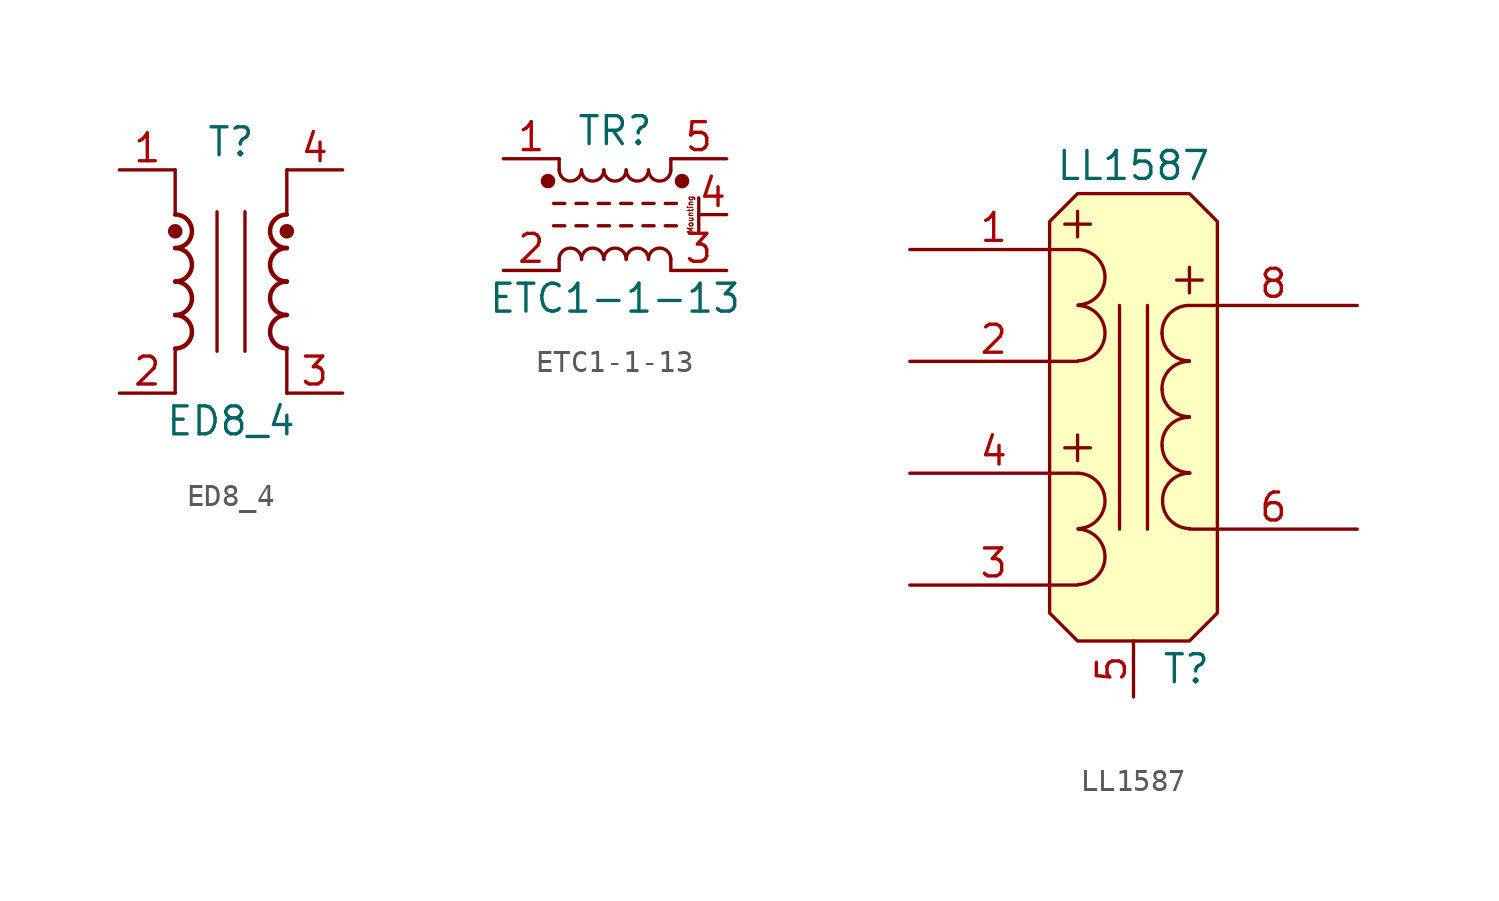
<source format=kicad_sym>
(kicad_symbol_lib
  (version 20231120)
  (generator "kicad_symbol_editor")
  (generator_version "8.0")
  (symbol "ED8_4"
    (pin_names hide)
    (property "Reference" "T"
      (at 0 6.35 0)
      (effects (font (size 1.27 1.27))))
    (property "Value" "ED8_4"
      (at 0 -6.35 0)
      (effects (font (size 1.27 1.27))))
    (symbol "ED8_4_0_1"
      (arc (start -2.54 -3.048) (mid -1.7813 -2.286) (end -2.54 -1.524) (stroke (width 0.2032) (type default)) (fill (type none)))
      (arc (start -2.54 -1.524) (mid -1.7813 -0.762) (end -2.54 0) (stroke (width 0.2032) (type default)) (fill (type none)))
      (arc (start -2.54 0) (mid -1.7813 0.762) (end -2.54 1.524) (stroke (width 0.2032) (type default)) (fill (type none)))
      (circle (center -2.54 2.286) (radius 0.254) (stroke (width 0) (type default)) (fill (type outline)))
      (polyline (pts (xy -2.54 -3.048) (xy -2.54 -5.08)) (stroke (width 0) (type default)) (fill (type none)))
      (polyline (pts (xy -2.54 5.08) (xy -2.54 3.048)) (stroke (width 0) (type default)) (fill (type none)))
      (polyline (pts (xy -0.635 3.175) (xy -0.635 -3.175)) (stroke (width 0) (type default)) (fill (type none)))
      (polyline (pts (xy 0.635 3.175) (xy 0.635 -3.175)) (stroke (width 0) (type default)) (fill (type none)))
      (polyline (pts (xy 2.54 -3.048) (xy 2.54 -5.08)) (stroke (width 0) (type default)) (fill (type none)))
      (polyline (pts (xy 2.54 5.08) (xy 2.54 3.048)) (stroke (width 0) (type default)) (fill (type none)))
      (arc (start 2.54 -1.524) (mid 1.7813 -2.286) (end 2.54 -3.048) (stroke (width 0.2032) (type default)) (fill (type none)))
      (arc (start 2.54 0) (mid 1.7813 -0.762) (end 2.54 -1.524) (stroke (width 0.2032) (type default)) (fill (type none)))
      (arc (start 2.54 1.524) (mid 1.7813 0.762) (end 2.54 0) (stroke (width 0.2032) (type default)) (fill (type none)))
      (circle (center 2.54 2.286) (radius 0.254) (stroke (width 0) (type default)) (fill (type outline)))
      (arc (start 2.54 3.048) (mid 1.7813 2.286) (end 2.54 1.524) (stroke (width 0.2032) (type default)) (fill (type none))))
    (symbol "ED8_4_1_1"
      (arc (start -2.54 1.524) (mid -1.7813 2.286) (end -2.54 3.048) (stroke (width 0.2032) (type default)) (fill (type none)))
      (pin passive line (at -5.08 5.08 0) (length 2.54) (name "~" (effects (font (size 1.27 1.27)))) (number "1" (effects (font (size 1.27 1.27)))))
      (pin passive line (at -5.08 -5.08 0) (length 2.54) (name "~" (effects (font (size 1.27 1.27)))) (number "2" (effects (font (size 1.27 1.27)))))
      (pin passive line (at 5.08 -5.08 180) (length 2.54) (name "~" (effects (font (size 1.27 1.27)))) (number "3" (effects (font (size 1.27 1.27)))))
      (pin passive line (at 5.08 5.08 180) (length 2.54) (name "~" (effects (font (size 1.27 1.27)))) (number "4" (effects (font (size 1.27 1.27)))))))
  (symbol "ETC1-1-13"
    (pin_names hide)
    (property "Reference" "TR"
      (at 0 3.81 0)
      (effects (font (size 1.27 1.27))))
    (property "Value" "ETC1-1-13"
      (at 0 -3.81 0)
      (effects (font (size 1.27 1.27))))
    (symbol "ETC1-1-13_0_0"
      (polyline (pts (xy 3.81 0.762) (xy 3.81 -0.762)) (stroke (width 0) (type default)) (fill (type none)))
      (text "Mounting" (at 3.429 0 900) (effects (font (size 0.254 0.254) (bold yes)))))
    (symbol "ETC1-1-13_1_1"
      (circle (center -3.048 1.524) (radius 0.254) (stroke (width 0) (type default)) (fill (type outline)))
      (arc (start -2.54 2.032) (mid -2.032 1.5262) (end -1.524 2.032) (stroke (width 0) (type default)) (fill (type none)))
      (arc (start -1.524 -2.032) (mid -2.032 -1.5262) (end -2.54 -2.032) (stroke (width 0) (type default)) (fill (type none)))
      (arc (start -1.524 2.032) (mid -1.016 1.5262) (end -0.508 2.032) (stroke (width 0) (type default)) (fill (type none)))
      (arc (start -0.508 -2.032) (mid -1.016 -1.5262) (end -1.524 -2.032) (stroke (width 0) (type default)) (fill (type none)))
      (arc (start -0.508 2.032) (mid 0 1.5262) (end 0.508 2.032) (stroke (width 0) (type default)) (fill (type none)))
      (polyline (pts (xy -2.794 -0.508) (xy -2.286 -0.508)) (stroke (width 0) (type default)) (fill (type none)))
      (polyline (pts (xy -2.794 0.508) (xy -2.286 0.508)) (stroke (width 0) (type default)) (fill (type none)))
      (polyline (pts (xy -2.54 -2.032) (xy -2.54 -2.54)) (stroke (width 0) (type default)) (fill (type none)))
      (polyline (pts (xy -2.54 2.032) (xy -2.54 2.54)) (stroke (width 0) (type default)) (fill (type none)))
      (polyline (pts (xy -1.778 -0.508) (xy -1.27 -0.508)) (stroke (width 0) (type default)) (fill (type none)))
      (polyline (pts (xy -1.778 0.508) (xy -1.27 0.508)) (stroke (width 0) (type default)) (fill (type none)))
      (polyline (pts (xy -0.762 -0.508) (xy -0.254 -0.508)) (stroke (width 0) (type default)) (fill (type none)))
      (polyline (pts (xy -0.762 0.508) (xy -0.254 0.508)) (stroke (width 0) (type default)) (fill (type none)))
      (polyline (pts (xy 0.254 -0.508) (xy 0.762 -0.508)) (stroke (width 0) (type default)) (fill (type none)))
      (polyline (pts (xy 0.254 0.508) (xy 0.762 0.508)) (stroke (width 0) (type default)) (fill (type none)))
      (polyline (pts (xy 1.27 -0.508) (xy 1.778 -0.508)) (stroke (width 0) (type default)) (fill (type none)))
      (polyline (pts (xy 1.27 0.508) (xy 1.778 0.508)) (stroke (width 0) (type default)) (fill (type none)))
      (polyline (pts (xy 2.286 -0.508) (xy 2.794 -0.508)) (stroke (width 0) (type default)) (fill (type none)))
      (polyline (pts (xy 2.286 0.508) (xy 2.794 0.508)) (stroke (width 0) (type default)) (fill (type none)))
      (polyline (pts (xy 2.54 -2.032) (xy 2.54 -2.54)) (stroke (width 0) (type default)) (fill (type none)))
      (polyline (pts (xy 2.54 2.54) (xy 2.54 2.032)) (stroke (width 0) (type default)) (fill (type none)))
      (arc (start 0.508 -2.032) (mid 0 -1.5262) (end -0.508 -2.032) (stroke (width 0) (type default)) (fill (type none)))
      (arc (start 0.508 2.032) (mid 1.016 1.5262) (end 1.524 2.032) (stroke (width 0) (type default)) (fill (type none)))
      (arc (start 1.524 -2.032) (mid 1.016 -1.5262) (end 0.508 -2.032) (stroke (width 0) (type default)) (fill (type none)))
      (arc (start 1.524 2.032) (mid 2.032 1.5262) (end 2.54 2.032) (stroke (width 0) (type default)) (fill (type none)))
      (arc (start 2.54 -2.032) (mid 2.032 -1.5262) (end 1.524 -2.032) (stroke (width 0) (type default)) (fill (type none)))
      (circle (center 3.048 1.524) (radius 0.254) (stroke (width 0) (type default)) (fill (type outline)))
      (pin passive line (at -5.08 2.54 0) (length 2.54) (name "~" (effects (font (size 1.27 1.27)))) (number "1" (effects (font (size 1.27 1.27)))))
      (pin passive line (at -5.08 -2.54 0) (length 2.54) (name "~" (effects (font (size 1.27 1.27)))) (number "2" (effects (font (size 1.27 1.27)))))
      (pin passive line (at 5.08 -2.54 180) (length 2.54) (name "~" (effects (font (size 1.27 1.27)))) (number "3" (effects (font (size 1.27 1.27)))))
      (pin passive line (at 5.08 0 180) (length 1.27) (name "MP" (effects (font (size 1.27 1.27)))) (number "4" (effects (font (size 1.27 1.27)))))
      (pin passive line (at 5.08 2.54 180) (length 2.54) (name "~" (effects (font (size 1.27 1.27)))) (number "5" (effects (font (size 1.27 1.27)))))))
  (symbol "LL1587"
    (pin_names hide)
    (property "Reference" "T"
      (at 1.27 -11.43 0)
      (effects (font (size 1.27 1.27)) (justify left)))
    (property "Value" "LL1587"
      (at 0 11.43 0)
      (effects (font (size 1.27 1.27))))
    (symbol "LL1587_0_0"
      (text "+" (at -2.54 -1.27 0) (effects (font (size 1.524 1.524))))
      (text "+" (at -2.54 8.89 0) (effects (font (size 1.524 1.524))))
      (text "+" (at 2.54 6.35 0) (effects (font (size 1.524 1.524)))))
    (symbol "LL1587_0_1"
      (arc (start -2.5146 -7.5946) (mid -1.2951 -6.3497) (end -2.5146 -5.08) (stroke (width 0) (type default)) (fill (type none)))
      (arc (start -2.5146 -5.0546) (mid -1.2951 -3.8097) (end -2.5146 -2.54) (stroke (width 0) (type default)) (fill (type none)))
      (arc (start -2.5146 2.5654) (mid -1.2951 3.8103) (end -2.5146 5.08) (stroke (width 0) (type default)) (fill (type none)))
      (arc (start -2.5146 5.1054) (mid -1.2951 6.3503) (end -2.5146 7.62) (stroke (width 0) (type default)) (fill (type none)))
      (polyline (pts (xy -0.635 5.08) (xy -0.635 -5.08)) (stroke (width 0) (type default)) (fill (type none)))
      (polyline (pts (xy 0.635 -5.08) (xy 0.635 5.08)) (stroke (width 0) (type default)) (fill (type none)))
      (polyline (pts (xy -3.81 8.89) (xy -3.81 -8.89) (xy -2.54 -10.16) (xy 2.54 -10.16) (xy 3.81 -8.89) (xy 3.81 8.89) (xy 2.54 10.16) (xy -2.54 10.16) (xy -3.81 8.89) (xy -3.81 8.89)) (stroke (width 0) (type default)) (fill (type background)))
      (arc (start 1.2954 -1.27) (mid 1.6599 -2.1501) (end 2.54 -2.5146) (stroke (width 0) (type default)) (fill (type none)))
      (arc (start 1.2954 1.27) (mid 1.6599 0.3899) (end 2.54 0.0254) (stroke (width 0) (type default)) (fill (type none)))
      (arc (start 1.2954 3.81) (mid 1.6599 2.9299) (end 2.54 2.5654) (stroke (width 0) (type default)) (fill (type none)))
      (arc (start 1.3208 -3.81) (mid 1.6853 -4.6901) (end 2.5654 -5.0546) (stroke (width 0) (type default)) (fill (type none)))
      (arc (start 2.54 0) (mid 1.642 -0.372) (end 1.2954 -1.27) (stroke (width 0) (type default)) (fill (type none)))
      (arc (start 2.54 2.54) (mid 1.642 2.168) (end 1.2954 1.27) (stroke (width 0) (type default)) (fill (type none)))
      (arc (start 2.54 5.08) (mid 1.642 4.708) (end 1.2954 3.81) (stroke (width 0) (type default)) (fill (type none)))
      (arc (start 2.5654 -2.54) (mid 1.6674 -2.912) (end 1.3208 -3.81) (stroke (width 0) (type default)) (fill (type none))))
    (symbol "LL1587_1_1"
      (pin passive line (at -10.16 7.62 0) (length 7.62) (name "P1+" (effects (font (size 1.27 1.27)))) (number "1" (effects (font (size 1.27 1.27)))))
      (pin passive line (at -10.16 2.54 0) (length 7.62) (name "P1-" (effects (font (size 1.27 1.27)))) (number "2" (effects (font (size 1.27 1.27)))))
      (pin passive line (at -10.16 -7.62 0) (length 7.62) (name "P2-" (effects (font (size 1.27 1.27)))) (number "3" (effects (font (size 1.27 1.27)))))
      (pin passive line (at -10.16 -2.54 0) (length 7.62) (name "P2+" (effects (font (size 1.27 1.27)))) (number "4" (effects (font (size 1.27 1.27)))))
      (pin input line (at 0 -12.7 90) (length 2.54) (name "~" (effects (font (size 1.27 1.27)))) (number "5" (effects (font (size 1.27 1.27)))))
      (pin passive line (at 10.16 -5.08 180) (length 7.62) (name "S-" (effects (font (size 1.27 1.27)))) (number "6" (effects (font (size 1.27 1.27)))))
      (pin passive line (at 10.16 5.08 180) (length 7.62) (name "S+" (effects (font (size 1.27 1.27)))) (number "8" (effects (font (size 1.27 1.27))))))))
</source>
